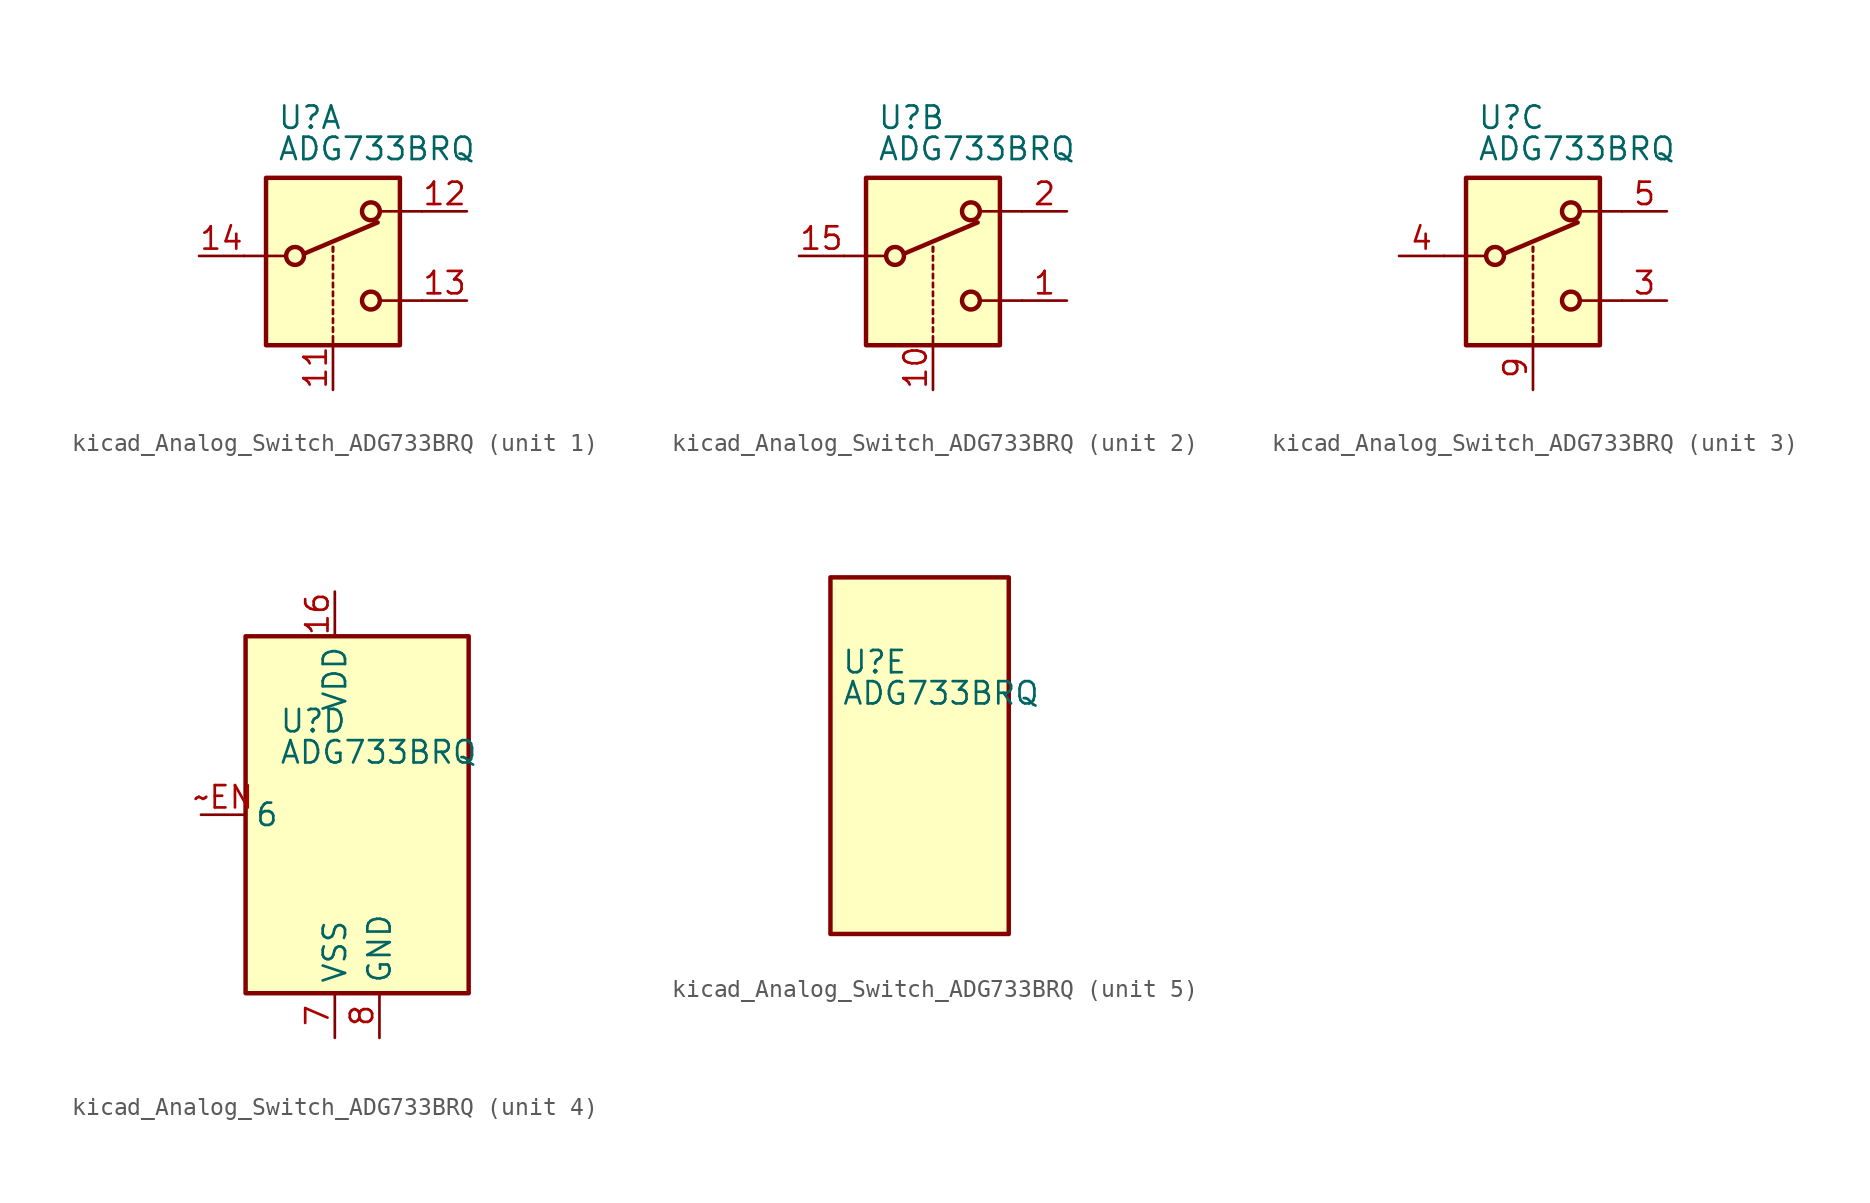
<source format=kicad_sym>
(kicad_symbol_lib
  (version 20220914)
  (generator kicad_symbol_editor)
  (symbol "kicad_Analog_Switch_ADG733BRQ"
    (property "Reference" "U"
      (at -3.175 5.334 0)
      (effects (font (size 1.27 1.27)) (justify left)))
    (property "Value" "ADG733BRQ"
      (at -3.175 3.556 0)
      (effects (font (size 1.27 1.27)) (justify left)))
    (symbol "kicad_Analog_Switch_ADG733BRQ_1_1"
      (rectangle (start -3.81 1.905) (end 3.81 -7.62) (stroke (width 0.254) (type default)) (fill (type background)))
      (circle (center -2.159 -2.54) (radius 0.508) (stroke (width 0.254) (type default)) (fill (type none)))
      (polyline (pts (xy -5.08 -2.54) (xy -2.794 -2.54)) (stroke (width 0) (type default)) (fill (type none)))
      (polyline (pts (xy -1.651 -2.413) (xy 2.54 -0.635)) (stroke (width 0.254) (type default)) (fill (type none)))
      (polyline (pts (xy 0 -7.62) (xy 0 -7.112)) (stroke (width 0) (type default)) (fill (type none)))
      (polyline (pts (xy 0 -6.858) (xy 0 -6.604)) (stroke (width 0) (type default)) (fill (type none)))
      (polyline (pts (xy 0 -6.35) (xy 0 -6.096)) (stroke (width 0) (type default)) (fill (type none)))
      (polyline (pts (xy 0 -5.842) (xy 0 -5.588)) (stroke (width 0) (type default)) (fill (type none)))
      (polyline (pts (xy 0 -5.334) (xy 0 -5.08)) (stroke (width 0) (type default)) (fill (type none)))
      (polyline (pts (xy 0 -4.826) (xy 0 -4.572)) (stroke (width 0) (type default)) (fill (type none)))
      (polyline (pts (xy 0 -4.318) (xy 0 -4.064)) (stroke (width 0) (type default)) (fill (type none)))
      (polyline (pts (xy 0 -3.81) (xy 0 -3.556)) (stroke (width 0) (type default)) (fill (type none)))
      (polyline (pts (xy 0 -3.302) (xy 0 -3.048)) (stroke (width 0) (type default)) (fill (type none)))
      (polyline (pts (xy 0 -2.794) (xy 0 -2.54)) (stroke (width 0) (type default)) (fill (type none)))
      (polyline (pts (xy 0 -2.286) (xy 0 -2.032)) (stroke (width 0) (type default)) (fill (type none)))
      (polyline (pts (xy 0 -2.286) (xy 0 -2.032)) (stroke (width 0) (type default)) (fill (type none)))
      (polyline (pts (xy 5.08 -5.08) (xy 2.794 -5.08)) (stroke (width 0) (type default)) (fill (type none)))
      (polyline (pts (xy 5.08 0) (xy 2.794 0)) (stroke (width 0) (type default)) (fill (type none)))
      (circle (center 2.159 -5.08) (radius 0.508) (stroke (width 0.254) (type default)) (fill (type none)))
      (circle (center 2.159 0) (radius 0.508) (stroke (width 0.254) (type default)) (fill (type none)))
      (pin input line (at 0 -10.16 90) (length 2.54) (name "~" (effects (font (size 1.27 1.27)))) (number "11" (effects (font (size 1.27 1.27)))))
      (pin passive line (at 7.62 0 180) (length 2.54) (name "~" (effects (font (size 1.27 1.27)))) (number "12" (effects (font (size 1.27 1.27)))))
      (pin passive line (at 7.62 -5.08 180) (length 2.54) (name "~" (effects (font (size 1.27 1.27)))) (number "13" (effects (font (size 1.27 1.27)))))
      (pin passive line (at -7.62 -2.54 0) (length 2.54) (name "~" (effects (font (size 1.27 1.27)))) (number "14" (effects (font (size 1.27 1.27))))))
    (symbol "kicad_Analog_Switch_ADG733BRQ_2_1"
      (rectangle (start -3.81 1.905) (end 3.81 -7.62) (stroke (width 0.254) (type default)) (fill (type background)))
      (circle (center -2.159 -2.54) (radius 0.508) (stroke (width 0.254) (type default)) (fill (type none)))
      (polyline (pts (xy -5.08 -2.54) (xy -2.794 -2.54)) (stroke (width 0) (type default)) (fill (type none)))
      (polyline (pts (xy -1.651 -2.413) (xy 2.54 -0.635)) (stroke (width 0.254) (type default)) (fill (type none)))
      (polyline (pts (xy 0 -7.62) (xy 0 -7.112)) (stroke (width 0) (type default)) (fill (type none)))
      (polyline (pts (xy 0 -6.858) (xy 0 -6.604)) (stroke (width 0) (type default)) (fill (type none)))
      (polyline (pts (xy 0 -6.35) (xy 0 -6.096)) (stroke (width 0) (type default)) (fill (type none)))
      (polyline (pts (xy 0 -5.842) (xy 0 -5.588)) (stroke (width 0) (type default)) (fill (type none)))
      (polyline (pts (xy 0 -5.334) (xy 0 -5.08)) (stroke (width 0) (type default)) (fill (type none)))
      (polyline (pts (xy 0 -4.826) (xy 0 -4.572)) (stroke (width 0) (type default)) (fill (type none)))
      (polyline (pts (xy 0 -4.318) (xy 0 -4.064)) (stroke (width 0) (type default)) (fill (type none)))
      (polyline (pts (xy 0 -3.81) (xy 0 -3.556)) (stroke (width 0) (type default)) (fill (type none)))
      (polyline (pts (xy 0 -3.302) (xy 0 -3.048)) (stroke (width 0) (type default)) (fill (type none)))
      (polyline (pts (xy 0 -2.794) (xy 0 -2.54)) (stroke (width 0) (type default)) (fill (type none)))
      (polyline (pts (xy 0 -2.286) (xy 0 -2.032)) (stroke (width 0) (type default)) (fill (type none)))
      (polyline (pts (xy 0 -2.286) (xy 0 -2.032)) (stroke (width 0) (type default)) (fill (type none)))
      (polyline (pts (xy 5.08 -5.08) (xy 2.794 -5.08)) (stroke (width 0) (type default)) (fill (type none)))
      (polyline (pts (xy 5.08 0) (xy 2.794 0)) (stroke (width 0) (type default)) (fill (type none)))
      (circle (center 2.159 -5.08) (radius 0.508) (stroke (width 0.254) (type default)) (fill (type none)))
      (circle (center 2.159 0) (radius 0.508) (stroke (width 0.254) (type default)) (fill (type none)))
      (pin passive line (at 7.62 -5.08 180) (length 2.54) (name "~" (effects (font (size 1.27 1.27)))) (number "1" (effects (font (size 1.27 1.27)))))
      (pin input line (at 0 -10.16 90) (length 2.54) (name "~" (effects (font (size 1.27 1.27)))) (number "10" (effects (font (size 1.27 1.27)))))
      (pin passive line (at -7.62 -2.54 0) (length 2.54) (name "~" (effects (font (size 1.27 1.27)))) (number "15" (effects (font (size 1.27 1.27)))))
      (pin passive line (at 7.62 0 180) (length 2.54) (name "~" (effects (font (size 1.27 1.27)))) (number "2" (effects (font (size 1.27 1.27))))))
    (symbol "kicad_Analog_Switch_ADG733BRQ_3_1"
      (rectangle (start -3.81 1.905) (end 3.81 -7.62) (stroke (width 0.254) (type default)) (fill (type background)))
      (circle (center -2.159 -2.54) (radius 0.508) (stroke (width 0.254) (type default)) (fill (type none)))
      (polyline (pts (xy -5.08 -2.54) (xy -2.794 -2.54)) (stroke (width 0) (type default)) (fill (type none)))
      (polyline (pts (xy -1.651 -2.413) (xy 2.54 -0.635)) (stroke (width 0.254) (type default)) (fill (type none)))
      (polyline (pts (xy 0 -7.62) (xy 0 -7.112)) (stroke (width 0) (type default)) (fill (type none)))
      (polyline (pts (xy 0 -6.858) (xy 0 -6.604)) (stroke (width 0) (type default)) (fill (type none)))
      (polyline (pts (xy 0 -6.35) (xy 0 -6.096)) (stroke (width 0) (type default)) (fill (type none)))
      (polyline (pts (xy 0 -5.842) (xy 0 -5.588)) (stroke (width 0) (type default)) (fill (type none)))
      (polyline (pts (xy 0 -5.334) (xy 0 -5.08)) (stroke (width 0) (type default)) (fill (type none)))
      (polyline (pts (xy 0 -4.826) (xy 0 -4.572)) (stroke (width 0) (type default)) (fill (type none)))
      (polyline (pts (xy 0 -4.318) (xy 0 -4.064)) (stroke (width 0) (type default)) (fill (type none)))
      (polyline (pts (xy 0 -3.81) (xy 0 -3.556)) (stroke (width 0) (type default)) (fill (type none)))
      (polyline (pts (xy 0 -3.302) (xy 0 -3.048)) (stroke (width 0) (type default)) (fill (type none)))
      (polyline (pts (xy 0 -2.794) (xy 0 -2.54)) (stroke (width 0) (type default)) (fill (type none)))
      (polyline (pts (xy 0 -2.286) (xy 0 -2.032)) (stroke (width 0) (type default)) (fill (type none)))
      (polyline (pts (xy 0 -2.286) (xy 0 -2.032)) (stroke (width 0) (type default)) (fill (type none)))
      (polyline (pts (xy 5.08 -5.08) (xy 2.794 -5.08)) (stroke (width 0) (type default)) (fill (type none)))
      (polyline (pts (xy 5.08 0) (xy 2.794 0)) (stroke (width 0) (type default)) (fill (type none)))
      (circle (center 2.159 -5.08) (radius 0.508) (stroke (width 0.254) (type default)) (fill (type none)))
      (circle (center 2.159 0) (radius 0.508) (stroke (width 0.254) (type default)) (fill (type none)))
      (pin passive line (at 7.62 -5.08 180) (length 2.54) (name "~" (effects (font (size 1.27 1.27)))) (number "3" (effects (font (size 1.27 1.27)))))
      (pin passive line (at -7.62 -2.54 0) (length 2.54) (name "~" (effects (font (size 1.27 1.27)))) (number "4" (effects (font (size 1.27 1.27)))))
      (pin passive line (at 7.62 0 180) (length 2.54) (name "~" (effects (font (size 1.27 1.27)))) (number "5" (effects (font (size 1.27 1.27)))))
      (pin input line (at 0 -10.16 90) (length 2.54) (name "~" (effects (font (size 1.27 1.27)))) (number "9" (effects (font (size 1.27 1.27))))))
    (symbol "kicad_Analog_Switch_ADG733BRQ_4_0"
      (pin power_in line (at 0 12.7 270) (length 2.54) (name "VDD" (effects (font (size 1.27 1.27)))) (number "16" (effects (font (size 1.27 1.27)))))
      (pin power_in line (at 0 -12.7 90) (length 2.54) (name "VSS" (effects (font (size 1.27 1.27)))) (number "7" (effects (font (size 1.27 1.27)))))
      (pin power_in line (at 2.54 -12.7 90) (length 2.54) (name "GND" (effects (font (size 1.27 1.27)))) (number "8" (effects (font (size 1.27 1.27)))))
      (pin input line (at -7.62 0 0) (length 2.54) (name "6" (effects (font (size 1.27 1.27)))) (number "~EN" (effects (font (size 1.27 1.27))))))
    (symbol "kicad_Analog_Switch_ADG733BRQ_4_1"
      (rectangle (start -5.08 10.16) (end 7.62 -10.16) (stroke (width 0.254) (type default)) (fill (type background))))
    (symbol "kicad_Analog_Switch_ADG733BRQ_5_1"
      (rectangle (start -3.81 10.16) (end 6.35 -10.16) (stroke (width 0.254) (type default)) (fill (type background))))))
</source>
